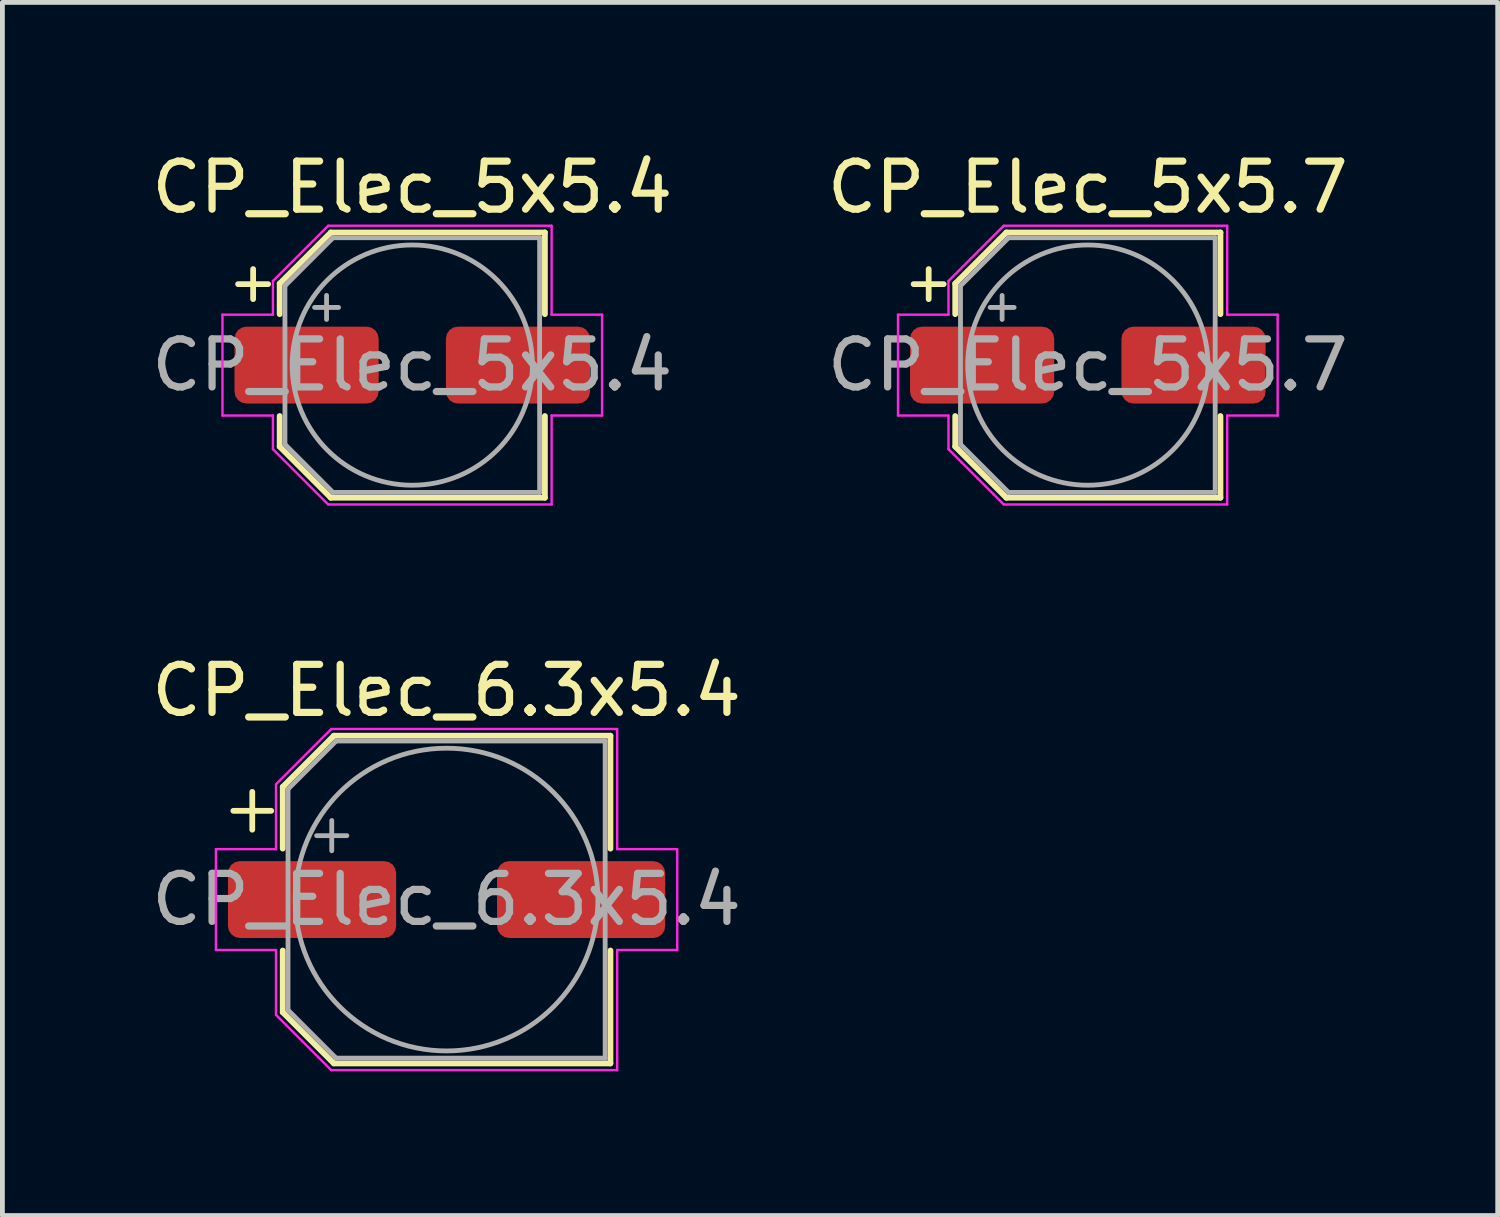
<source format=kicad_pcb>
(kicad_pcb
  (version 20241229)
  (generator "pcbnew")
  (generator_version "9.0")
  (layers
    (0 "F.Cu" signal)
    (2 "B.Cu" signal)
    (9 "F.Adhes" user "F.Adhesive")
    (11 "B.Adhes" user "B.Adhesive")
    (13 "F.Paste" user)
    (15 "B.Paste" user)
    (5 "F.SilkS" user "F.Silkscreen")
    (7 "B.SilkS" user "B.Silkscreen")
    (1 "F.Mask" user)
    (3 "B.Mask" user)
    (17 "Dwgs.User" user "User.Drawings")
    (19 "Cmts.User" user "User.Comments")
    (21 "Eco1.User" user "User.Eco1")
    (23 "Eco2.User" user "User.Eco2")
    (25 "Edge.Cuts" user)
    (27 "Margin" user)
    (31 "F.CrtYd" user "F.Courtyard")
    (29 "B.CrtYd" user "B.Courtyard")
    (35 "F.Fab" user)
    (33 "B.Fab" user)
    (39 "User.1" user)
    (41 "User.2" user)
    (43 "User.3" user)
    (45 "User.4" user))
  (footprint "CP_Elec_6.3x5.4"
    (layer "F.Cu")
    (at 6.244 15.671)
    (property "Reference" "CP_Elec_6.3x5.4" (at 0 -4.35 0) (layer "F.SilkS") (effects (font (size 1 1) (thickness 0.15))))
    (attr smd)
    (fp_line (start -4.438 -1.847) (end -3.65 -1.847) (stroke (width 0.12) (type solid)) (layer "F.SilkS"))
    (fp_line (start -4.044 -2.241) (end -4.044 -1.454) (stroke (width 0.12) (type solid)) (layer "F.SilkS"))
    (fp_line (start -3.41 -2.346) (end -3.41 -1.06) (stroke (width 0.12) (type solid)) (layer "F.SilkS"))
    (fp_line (start -3.41 -2.346) (end -2.346 -3.41) (stroke (width 0.12) (type solid)) (layer "F.SilkS"))
    (fp_line (start -3.41 2.346) (end -3.41 1.06) (stroke (width 0.12) (type solid)) (layer "F.SilkS"))
    (fp_line (start -3.41 2.346) (end -2.346 3.41) (stroke (width 0.12) (type solid)) (layer "F.SilkS"))
    (fp_line (start -2.346 -3.41) (end 3.41 -3.41) (stroke (width 0.12) (type solid)) (layer "F.SilkS"))
    (fp_line (start -2.346 3.41) (end 3.41 3.41) (stroke (width 0.12) (type solid)) (layer "F.SilkS"))
    (fp_line (start 3.41 -3.41) (end 3.41 -1.06) (stroke (width 0.12) (type solid)) (layer "F.SilkS"))
    (fp_line (start 3.41 3.41) (end 3.41 1.06) (stroke (width 0.12) (type solid)) (layer "F.SilkS"))
    (fp_line (start -4.8 -1.05) (end -4.8 1.05) (stroke (width 0.05) (type solid)) (layer "F.CrtYd"))
    (fp_line (start -4.8 1.05) (end -3.55 1.05) (stroke (width 0.05) (type solid)) (layer "F.CrtYd"))
    (fp_line (start -3.55 -2.4) (end -3.55 -1.05) (stroke (width 0.05) (type solid)) (layer "F.CrtYd"))
    (fp_line (start -3.55 -2.4) (end -2.4 -3.55) (stroke (width 0.05) (type solid)) (layer "F.CrtYd"))
    (fp_line (start -3.55 -1.05) (end -4.8 -1.05) (stroke (width 0.05) (type solid)) (layer "F.CrtYd"))
    (fp_line (start -3.55 1.05) (end -3.55 2.4) (stroke (width 0.05) (type solid)) (layer "F.CrtYd"))
    (fp_line (start -3.55 2.4) (end -2.4 3.55) (stroke (width 0.05) (type solid)) (layer "F.CrtYd"))
    (fp_line (start -2.4 -3.55) (end 3.55 -3.55) (stroke (width 0.05) (type solid)) (layer "F.CrtYd"))
    (fp_line (start -2.4 3.55) (end 3.55 3.55) (stroke (width 0.05) (type solid)) (layer "F.CrtYd"))
    (fp_line (start 3.55 -3.55) (end 3.55 -1.05) (stroke (width 0.05) (type solid)) (layer "F.CrtYd"))
    (fp_line (start 3.55 -1.05) (end 4.8 -1.05) (stroke (width 0.05) (type solid)) (layer "F.CrtYd"))
    (fp_line (start 3.55 1.05) (end 3.55 3.55) (stroke (width 0.05) (type solid)) (layer "F.CrtYd"))
    (fp_line (start 4.8 -1.05) (end 4.8 1.05) (stroke (width 0.05) (type solid)) (layer "F.CrtYd"))
    (fp_line (start 4.8 1.05) (end 3.55 1.05) (stroke (width 0.05) (type solid)) (layer "F.CrtYd"))
    (fp_line (start -3.3 -2.3) (end -3.3 2.3) (stroke (width 0.1) (type solid)) (layer "F.Fab"))
    (fp_line (start -3.3 -2.3) (end -2.3 -3.3) (stroke (width 0.1) (type solid)) (layer "F.Fab"))
    (fp_line (start -3.3 2.3) (end -2.3 3.3) (stroke (width 0.1) (type solid)) (layer "F.Fab"))
    (fp_line (start -2.705 -1.33) (end -2.075 -1.33) (stroke (width 0.1) (type solid)) (layer "F.Fab"))
    (fp_line (start -2.39 -1.645) (end -2.39 -1.015) (stroke (width 0.1) (type solid)) (layer "F.Fab"))
    (fp_line (start -2.3 -3.3) (end 3.3 -3.3) (stroke (width 0.1) (type solid)) (layer "F.Fab"))
    (fp_line (start -2.3 3.3) (end 3.3 3.3) (stroke (width 0.1) (type solid)) (layer "F.Fab"))
    (fp_line (start 3.3 -3.3) (end 3.3 3.3) (stroke (width 0.1) (type solid)) (layer "F.Fab"))
    (fp_circle (center 0 0) (end 3.15 0) (stroke (width 0.1) (type solid)) (fill no) (layer "F.Fab"))
    (fp_text user "${REFERENCE}" (at 0 0 0) (layer "F.Fab") (effects (font (size 1 1) (thickness 0.15))))
    (pad "1" smd roundrect (at -2.8 0) (size 3.5 1.6) (layers "F.Cu" "F.Mask" "F.Paste") (roundrect_rratio 0.156))
    (pad "2" smd roundrect (at 2.8 0) (size 3.5 1.6) (layers "F.Cu" "F.Mask" "F.Paste") (roundrect_rratio 0.156)))
  (footprint "CP_Elec_5x5.7"
    (layer "F.Cu")
    (at 19.589 4.548)
    (property "Reference" "CP_Elec_5x5.7" (at 0 -3.7 0) (layer "F.SilkS") (effects (font (size 1 1) (thickness 0.15))))
    (attr smd)
    (fp_line (start -3.625 -1.685) (end -3 -1.685) (stroke (width 0.12) (type solid)) (layer "F.SilkS"))
    (fp_line (start -3.312 -1.998) (end -3.312 -1.373) (stroke (width 0.12) (type solid)) (layer "F.SilkS"))
    (fp_line (start -2.76 -1.696) (end -2.76 -1.06) (stroke (width 0.12) (type solid)) (layer "F.SilkS"))
    (fp_line (start -2.76 -1.696) (end -1.696 -2.76) (stroke (width 0.12) (type solid)) (layer "F.SilkS"))
    (fp_line (start -2.76 1.696) (end -2.76 1.06) (stroke (width 0.12) (type solid)) (layer "F.SilkS"))
    (fp_line (start -2.76 1.696) (end -1.696 2.76) (stroke (width 0.12) (type solid)) (layer "F.SilkS"))
    (fp_line (start -1.696 -2.76) (end 2.76 -2.76) (stroke (width 0.12) (type solid)) (layer "F.SilkS"))
    (fp_line (start -1.696 2.76) (end 2.76 2.76) (stroke (width 0.12) (type solid)) (layer "F.SilkS"))
    (fp_line (start 2.76 -2.76) (end 2.76 -1.06) (stroke (width 0.12) (type solid)) (layer "F.SilkS"))
    (fp_line (start 2.76 2.76) (end 2.76 1.06) (stroke (width 0.12) (type solid)) (layer "F.SilkS"))
    (fp_line (start -3.95 -1.05) (end -3.95 1.05) (stroke (width 0.05) (type solid)) (layer "F.CrtYd"))
    (fp_line (start -3.95 1.05) (end -2.9 1.05) (stroke (width 0.05) (type solid)) (layer "F.CrtYd"))
    (fp_line (start -2.9 -1.75) (end -2.9 -1.05) (stroke (width 0.05) (type solid)) (layer "F.CrtYd"))
    (fp_line (start -2.9 -1.75) (end -1.75 -2.9) (stroke (width 0.05) (type solid)) (layer "F.CrtYd"))
    (fp_line (start -2.9 -1.05) (end -3.95 -1.05) (stroke (width 0.05) (type solid)) (layer "F.CrtYd"))
    (fp_line (start -2.9 1.05) (end -2.9 1.75) (stroke (width 0.05) (type solid)) (layer "F.CrtYd"))
    (fp_line (start -2.9 1.75) (end -1.75 2.9) (stroke (width 0.05) (type solid)) (layer "F.CrtYd"))
    (fp_line (start -1.75 -2.9) (end 2.9 -2.9) (stroke (width 0.05) (type solid)) (layer "F.CrtYd"))
    (fp_line (start -1.75 2.9) (end 2.9 2.9) (stroke (width 0.05) (type solid)) (layer "F.CrtYd"))
    (fp_line (start 2.9 -2.9) (end 2.9 -1.05) (stroke (width 0.05) (type solid)) (layer "F.CrtYd"))
    (fp_line (start 2.9 -1.05) (end 3.95 -1.05) (stroke (width 0.05) (type solid)) (layer "F.CrtYd"))
    (fp_line (start 2.9 1.05) (end 2.9 2.9) (stroke (width 0.05) (type solid)) (layer "F.CrtYd"))
    (fp_line (start 3.95 -1.05) (end 3.95 1.05) (stroke (width 0.05) (type solid)) (layer "F.CrtYd"))
    (fp_line (start 3.95 1.05) (end 2.9 1.05) (stroke (width 0.05) (type solid)) (layer "F.CrtYd"))
    (fp_line (start -2.65 -1.65) (end -2.65 1.65) (stroke (width 0.1) (type solid)) (layer "F.Fab"))
    (fp_line (start -2.65 -1.65) (end -1.65 -2.65) (stroke (width 0.1) (type solid)) (layer "F.Fab"))
    (fp_line (start -2.65 1.65) (end -1.65 2.65) (stroke (width 0.1) (type solid)) (layer "F.Fab"))
    (fp_line (start -2.034 -1.2) (end -1.534 -1.2) (stroke (width 0.1) (type solid)) (layer "F.Fab"))
    (fp_line (start -1.784 -1.45) (end -1.784 -0.95) (stroke (width 0.1) (type solid)) (layer "F.Fab"))
    (fp_line (start -1.65 -2.65) (end 2.65 -2.65) (stroke (width 0.1) (type solid)) (layer "F.Fab"))
    (fp_line (start -1.65 2.65) (end 2.65 2.65) (stroke (width 0.1) (type solid)) (layer "F.Fab"))
    (fp_line (start 2.65 -2.65) (end 2.65 2.65) (stroke (width 0.1) (type solid)) (layer "F.Fab"))
    (fp_circle (center 0 0) (end 2.5 0) (stroke (width 0.1) (type solid)) (fill no) (layer "F.Fab"))
    (fp_text user "${REFERENCE}" (at 0 0 0) (layer "F.Fab") (effects (font (size 1 1) (thickness 0.15))))
    (pad "1" smd roundrect (at -2.2 0) (size 3 1.6) (layers "F.Cu" "F.Mask" "F.Paste") (roundrect_rratio 0.156))
    (pad "2" smd roundrect (at 2.2 0) (size 3 1.6) (layers "F.Cu" "F.Mask" "F.Paste") (roundrect_rratio 0.156)))
  (footprint "CP_Elec_5x5.4"
    (layer "F.Cu")
    (at 5.53 4.548)
    (property "Reference" "CP_Elec_5x5.4" (at 0 -3.7 0) (layer "F.SilkS") (effects (font (size 1 1) (thickness 0.15))))
    (attr smd)
    (fp_line (start -3.625 -1.685) (end -3 -1.685) (stroke (width 0.12) (type solid)) (layer "F.SilkS"))
    (fp_line (start -3.312 -1.998) (end -3.312 -1.373) (stroke (width 0.12) (type solid)) (layer "F.SilkS"))
    (fp_line (start -2.76 -1.696) (end -2.76 -1.06) (stroke (width 0.12) (type solid)) (layer "F.SilkS"))
    (fp_line (start -2.76 -1.696) (end -1.696 -2.76) (stroke (width 0.12) (type solid)) (layer "F.SilkS"))
    (fp_line (start -2.76 1.696) (end -2.76 1.06) (stroke (width 0.12) (type solid)) (layer "F.SilkS"))
    (fp_line (start -2.76 1.696) (end -1.696 2.76) (stroke (width 0.12) (type solid)) (layer "F.SilkS"))
    (fp_line (start -1.696 -2.76) (end 2.76 -2.76) (stroke (width 0.12) (type solid)) (layer "F.SilkS"))
    (fp_line (start -1.696 2.76) (end 2.76 2.76) (stroke (width 0.12) (type solid)) (layer "F.SilkS"))
    (fp_line (start 2.76 -2.76) (end 2.76 -1.06) (stroke (width 0.12) (type solid)) (layer "F.SilkS"))
    (fp_line (start 2.76 2.76) (end 2.76 1.06) (stroke (width 0.12) (type solid)) (layer "F.SilkS"))
    (fp_line (start -3.95 -1.05) (end -3.95 1.05) (stroke (width 0.05) (type solid)) (layer "F.CrtYd"))
    (fp_line (start -3.95 1.05) (end -2.9 1.05) (stroke (width 0.05) (type solid)) (layer "F.CrtYd"))
    (fp_line (start -2.9 -1.75) (end -2.9 -1.05) (stroke (width 0.05) (type solid)) (layer "F.CrtYd"))
    (fp_line (start -2.9 -1.75) (end -1.75 -2.9) (stroke (width 0.05) (type solid)) (layer "F.CrtYd"))
    (fp_line (start -2.9 -1.05) (end -3.95 -1.05) (stroke (width 0.05) (type solid)) (layer "F.CrtYd"))
    (fp_line (start -2.9 1.05) (end -2.9 1.75) (stroke (width 0.05) (type solid)) (layer "F.CrtYd"))
    (fp_line (start -2.9 1.75) (end -1.75 2.9) (stroke (width 0.05) (type solid)) (layer "F.CrtYd"))
    (fp_line (start -1.75 -2.9) (end 2.9 -2.9) (stroke (width 0.05) (type solid)) (layer "F.CrtYd"))
    (fp_line (start -1.75 2.9) (end 2.9 2.9) (stroke (width 0.05) (type solid)) (layer "F.CrtYd"))
    (fp_line (start 2.9 -2.9) (end 2.9 -1.05) (stroke (width 0.05) (type solid)) (layer "F.CrtYd"))
    (fp_line (start 2.9 -1.05) (end 3.95 -1.05) (stroke (width 0.05) (type solid)) (layer "F.CrtYd"))
    (fp_line (start 2.9 1.05) (end 2.9 2.9) (stroke (width 0.05) (type solid)) (layer "F.CrtYd"))
    (fp_line (start 3.95 -1.05) (end 3.95 1.05) (stroke (width 0.05) (type solid)) (layer "F.CrtYd"))
    (fp_line (start 3.95 1.05) (end 2.9 1.05) (stroke (width 0.05) (type solid)) (layer "F.CrtYd"))
    (fp_line (start -2.65 -1.65) (end -2.65 1.65) (stroke (width 0.1) (type solid)) (layer "F.Fab"))
    (fp_line (start -2.65 -1.65) (end -1.65 -2.65) (stroke (width 0.1) (type solid)) (layer "F.Fab"))
    (fp_line (start -2.65 1.65) (end -1.65 2.65) (stroke (width 0.1) (type solid)) (layer "F.Fab"))
    (fp_line (start -2.034 -1.2) (end -1.534 -1.2) (stroke (width 0.1) (type solid)) (layer "F.Fab"))
    (fp_line (start -1.784 -1.45) (end -1.784 -0.95) (stroke (width 0.1) (type solid)) (layer "F.Fab"))
    (fp_line (start -1.65 -2.65) (end 2.65 -2.65) (stroke (width 0.1) (type solid)) (layer "F.Fab"))
    (fp_line (start -1.65 2.65) (end 2.65 2.65) (stroke (width 0.1) (type solid)) (layer "F.Fab"))
    (fp_line (start 2.65 -2.65) (end 2.65 2.65) (stroke (width 0.1) (type solid)) (layer "F.Fab"))
    (fp_circle (center 0 0) (end 2.5 0) (stroke (width 0.1) (type solid)) (fill no) (layer "F.Fab"))
    (fp_text user "${REFERENCE}" (at 0 0 0) (layer "F.Fab") (effects (font (size 1 1) (thickness 0.15))))
    (pad "1" smd roundrect (at -2.2 0) (size 3 1.6) (layers "F.Cu" "F.Mask" "F.Paste") (roundrect_rratio 0.156))
    (pad "2" smd roundrect (at 2.2 0) (size 3 1.6) (layers "F.Cu" "F.Mask" "F.Paste") (roundrect_rratio 0.156)))
  (gr_rect
    (start -3 -3)
    (end 28.119 22.247)
    (stroke (width 0.1) (type default))
    (fill no)
    (layer "Edge.Cuts")))
</source>
